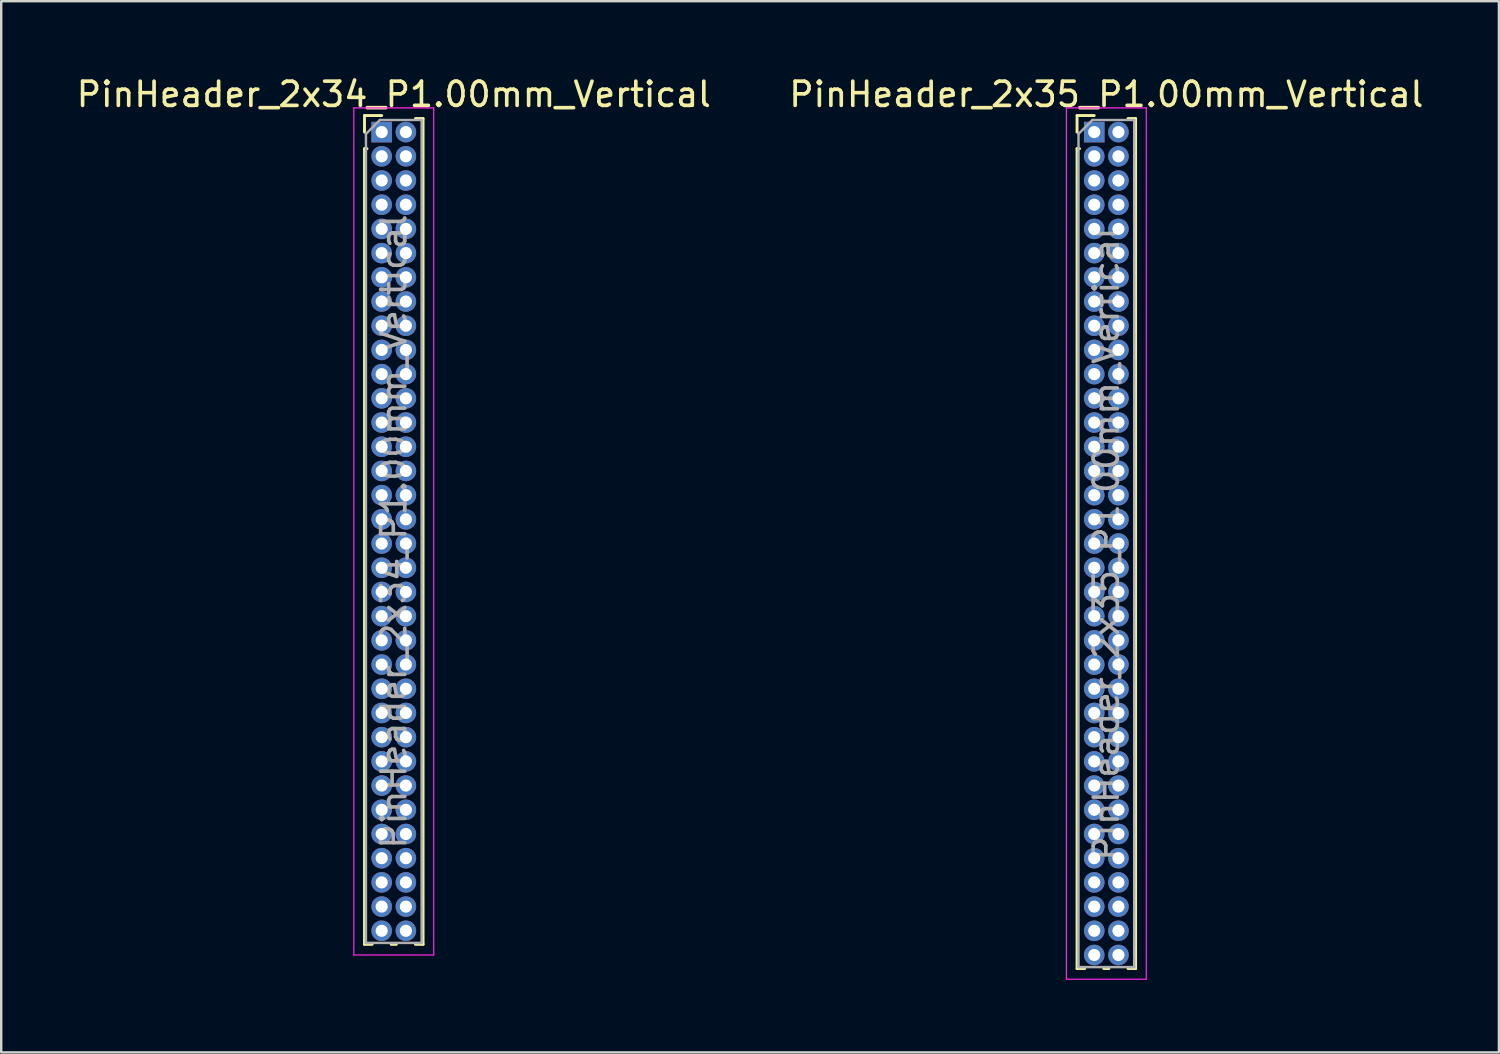
<source format=kicad_pcb>
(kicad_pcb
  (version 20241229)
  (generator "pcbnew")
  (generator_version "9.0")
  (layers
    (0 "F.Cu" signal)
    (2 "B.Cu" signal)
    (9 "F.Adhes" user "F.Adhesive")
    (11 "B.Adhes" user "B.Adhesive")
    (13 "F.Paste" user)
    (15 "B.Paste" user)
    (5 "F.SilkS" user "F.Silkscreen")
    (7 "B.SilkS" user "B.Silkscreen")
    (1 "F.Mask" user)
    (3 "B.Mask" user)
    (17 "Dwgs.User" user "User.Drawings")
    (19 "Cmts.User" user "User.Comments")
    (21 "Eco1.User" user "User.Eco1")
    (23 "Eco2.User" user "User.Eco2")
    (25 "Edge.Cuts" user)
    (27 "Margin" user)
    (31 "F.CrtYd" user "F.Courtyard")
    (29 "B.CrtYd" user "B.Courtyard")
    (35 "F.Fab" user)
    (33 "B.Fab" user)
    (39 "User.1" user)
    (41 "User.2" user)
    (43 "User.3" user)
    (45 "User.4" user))
  (footprint "PinHeader_2x34_P1.00mm_Vertical"
    (layer "F.Cu")
    (at 12.72 2.408)
    (property "Reference" "PinHeader_2x34_P1.00mm_Vertical" (at 0.5 -1.56 0) (layer "F.SilkS") (effects (font (size 1 1) (thickness 0.15))))
    (attr through_hole)
    (fp_line (start -0.71 -0.685) (end 0 -0.685) (stroke (width 0.12) (type solid)) (layer "F.SilkS"))
    (fp_line (start -0.71 0) (end -0.71 -0.685) (stroke (width 0.12) (type solid)) (layer "F.SilkS"))
    (fp_line (start -0.71 0.685) (end -0.71 33.56) (stroke (width 0.12) (type solid)) (layer "F.SilkS"))
    (fp_line (start -0.71 0.685) (end -0.608 0.685) (stroke (width 0.12) (type solid)) (layer "F.SilkS"))
    (fp_line (start -0.71 33.56) (end -0.394 33.56) (stroke (width 0.12) (type solid)) (layer "F.SilkS"))
    (fp_line (start 0.394 33.56) (end 0.606 33.56) (stroke (width 0.12) (type solid)) (layer "F.SilkS"))
    (fp_line (start 1.394 -0.56) (end 1.71 -0.56) (stroke (width 0.12) (type solid)) (layer "F.SilkS"))
    (fp_line (start 1.394 33.56) (end 1.71 33.56) (stroke (width 0.12) (type solid)) (layer "F.SilkS"))
    (fp_line (start 1.71 -0.56) (end 1.71 33.56) (stroke (width 0.12) (type solid)) (layer "F.SilkS"))
    (fp_line (start -1.15 -1) (end -1.15 34) (stroke (width 0.05) (type solid)) (layer "F.CrtYd"))
    (fp_line (start -1.15 34) (end 2.15 34) (stroke (width 0.05) (type solid)) (layer "F.CrtYd"))
    (fp_line (start 2.15 -1) (end -1.15 -1) (stroke (width 0.05) (type solid)) (layer "F.CrtYd"))
    (fp_line (start 2.15 34) (end 2.15 -1) (stroke (width 0.05) (type solid)) (layer "F.CrtYd"))
    (fp_line (start -0.65 0.075) (end -0.075 -0.5) (stroke (width 0.1) (type solid)) (layer "F.Fab"))
    (fp_line (start -0.65 33.5) (end -0.65 0.075) (stroke (width 0.1) (type solid)) (layer "F.Fab"))
    (fp_line (start -0.075 -0.5) (end 1.65 -0.5) (stroke (width 0.1) (type solid)) (layer "F.Fab"))
    (fp_line (start 1.65 -0.5) (end 1.65 33.5) (stroke (width 0.1) (type solid)) (layer "F.Fab"))
    (fp_line (start 1.65 33.5) (end -0.65 33.5) (stroke (width 0.1) (type solid)) (layer "F.Fab"))
    (fp_text user "${REFERENCE}" (at 0.5 16.5 90) (layer "F.Fab") (effects (font (size 1 1) (thickness 0.15))))
    (pad "1" thru_hole rect (at 0 0) (size 0.85 0.85) (drill 0.5) (layers "*.Cu" "*.Mask"))
    (pad "2" thru_hole oval (at 1 0) (size 0.85 0.85) (drill 0.5) (layers "*.Cu" "*.Mask"))
    (pad "3" thru_hole oval (at 0 1) (size 0.85 0.85) (drill 0.5) (layers "*.Cu" "*.Mask"))
    (pad "4" thru_hole oval (at 1 1) (size 0.85 0.85) (drill 0.5) (layers "*.Cu" "*.Mask"))
    (pad "5" thru_hole oval (at 0 2) (size 0.85 0.85) (drill 0.5) (layers "*.Cu" "*.Mask"))
    (pad "6" thru_hole oval (at 1 2) (size 0.85 0.85) (drill 0.5) (layers "*.Cu" "*.Mask"))
    (pad "7" thru_hole oval (at 0 3) (size 0.85 0.85) (drill 0.5) (layers "*.Cu" "*.Mask"))
    (pad "8" thru_hole oval (at 1 3) (size 0.85 0.85) (drill 0.5) (layers "*.Cu" "*.Mask"))
    (pad "9" thru_hole oval (at 0 4) (size 0.85 0.85) (drill 0.5) (layers "*.Cu" "*.Mask"))
    (pad "10" thru_hole oval (at 1 4) (size 0.85 0.85) (drill 0.5) (layers "*.Cu" "*.Mask"))
    (pad "11" thru_hole oval (at 0 5) (size 0.85 0.85) (drill 0.5) (layers "*.Cu" "*.Mask"))
    (pad "12" thru_hole oval (at 1 5) (size 0.85 0.85) (drill 0.5) (layers "*.Cu" "*.Mask"))
    (pad "13" thru_hole oval (at 0 6) (size 0.85 0.85) (drill 0.5) (layers "*.Cu" "*.Mask"))
    (pad "14" thru_hole oval (at 1 6) (size 0.85 0.85) (drill 0.5) (layers "*.Cu" "*.Mask"))
    (pad "15" thru_hole oval (at 0 7) (size 0.85 0.85) (drill 0.5) (layers "*.Cu" "*.Mask"))
    (pad "16" thru_hole oval (at 1 7) (size 0.85 0.85) (drill 0.5) (layers "*.Cu" "*.Mask"))
    (pad "17" thru_hole oval (at 0 8) (size 0.85 0.85) (drill 0.5) (layers "*.Cu" "*.Mask"))
    (pad "18" thru_hole oval (at 1 8) (size 0.85 0.85) (drill 0.5) (layers "*.Cu" "*.Mask"))
    (pad "19" thru_hole oval (at 0 9) (size 0.85 0.85) (drill 0.5) (layers "*.Cu" "*.Mask"))
    (pad "20" thru_hole oval (at 1 9) (size 0.85 0.85) (drill 0.5) (layers "*.Cu" "*.Mask"))
    (pad "21" thru_hole oval (at 0 10) (size 0.85 0.85) (drill 0.5) (layers "*.Cu" "*.Mask"))
    (pad "22" thru_hole oval (at 1 10) (size 0.85 0.85) (drill 0.5) (layers "*.Cu" "*.Mask"))
    (pad "23" thru_hole oval (at 0 11) (size 0.85 0.85) (drill 0.5) (layers "*.Cu" "*.Mask"))
    (pad "24" thru_hole oval (at 1 11) (size 0.85 0.85) (drill 0.5) (layers "*.Cu" "*.Mask"))
    (pad "25" thru_hole oval (at 0 12) (size 0.85 0.85) (drill 0.5) (layers "*.Cu" "*.Mask"))
    (pad "26" thru_hole oval (at 1 12) (size 0.85 0.85) (drill 0.5) (layers "*.Cu" "*.Mask"))
    (pad "27" thru_hole oval (at 0 13) (size 0.85 0.85) (drill 0.5) (layers "*.Cu" "*.Mask"))
    (pad "28" thru_hole oval (at 1 13) (size 0.85 0.85) (drill 0.5) (layers "*.Cu" "*.Mask"))
    (pad "29" thru_hole oval (at 0 14) (size 0.85 0.85) (drill 0.5) (layers "*.Cu" "*.Mask"))
    (pad "30" thru_hole oval (at 1 14) (size 0.85 0.85) (drill 0.5) (layers "*.Cu" "*.Mask"))
    (pad "31" thru_hole oval (at 0 15) (size 0.85 0.85) (drill 0.5) (layers "*.Cu" "*.Mask"))
    (pad "32" thru_hole oval (at 1 15) (size 0.85 0.85) (drill 0.5) (layers "*.Cu" "*.Mask"))
    (pad "33" thru_hole oval (at 0 16) (size 0.85 0.85) (drill 0.5) (layers "*.Cu" "*.Mask"))
    (pad "34" thru_hole oval (at 1 16) (size 0.85 0.85) (drill 0.5) (layers "*.Cu" "*.Mask"))
    (pad "35" thru_hole oval (at 0 17) (size 0.85 0.85) (drill 0.5) (layers "*.Cu" "*.Mask"))
    (pad "36" thru_hole oval (at 1 17) (size 0.85 0.85) (drill 0.5) (layers "*.Cu" "*.Mask"))
    (pad "37" thru_hole oval (at 0 18) (size 0.85 0.85) (drill 0.5) (layers "*.Cu" "*.Mask"))
    (pad "38" thru_hole oval (at 1 18) (size 0.85 0.85) (drill 0.5) (layers "*.Cu" "*.Mask"))
    (pad "39" thru_hole oval (at 0 19) (size 0.85 0.85) (drill 0.5) (layers "*.Cu" "*.Mask"))
    (pad "40" thru_hole oval (at 1 19) (size 0.85 0.85) (drill 0.5) (layers "*.Cu" "*.Mask"))
    (pad "41" thru_hole oval (at 0 20) (size 0.85 0.85) (drill 0.5) (layers "*.Cu" "*.Mask"))
    (pad "42" thru_hole oval (at 1 20) (size 0.85 0.85) (drill 0.5) (layers "*.Cu" "*.Mask"))
    (pad "43" thru_hole oval (at 0 21) (size 0.85 0.85) (drill 0.5) (layers "*.Cu" "*.Mask"))
    (pad "44" thru_hole oval (at 1 21) (size 0.85 0.85) (drill 0.5) (layers "*.Cu" "*.Mask"))
    (pad "45" thru_hole oval (at 0 22) (size 0.85 0.85) (drill 0.5) (layers "*.Cu" "*.Mask"))
    (pad "46" thru_hole oval (at 1 22) (size 0.85 0.85) (drill 0.5) (layers "*.Cu" "*.Mask"))
    (pad "47" thru_hole oval (at 0 23) (size 0.85 0.85) (drill 0.5) (layers "*.Cu" "*.Mask"))
    (pad "48" thru_hole oval (at 1 23) (size 0.85 0.85) (drill 0.5) (layers "*.Cu" "*.Mask"))
    (pad "49" thru_hole oval (at 0 24) (size 0.85 0.85) (drill 0.5) (layers "*.Cu" "*.Mask"))
    (pad "50" thru_hole oval (at 1 24) (size 0.85 0.85) (drill 0.5) (layers "*.Cu" "*.Mask"))
    (pad "51" thru_hole oval (at 0 25) (size 0.85 0.85) (drill 0.5) (layers "*.Cu" "*.Mask"))
    (pad "52" thru_hole oval (at 1 25) (size 0.85 0.85) (drill 0.5) (layers "*.Cu" "*.Mask"))
    (pad "53" thru_hole oval (at 0 26) (size 0.85 0.85) (drill 0.5) (layers "*.Cu" "*.Mask"))
    (pad "54" thru_hole oval (at 1 26) (size 0.85 0.85) (drill 0.5) (layers "*.Cu" "*.Mask"))
    (pad "55" thru_hole oval (at 0 27) (size 0.85 0.85) (drill 0.5) (layers "*.Cu" "*.Mask"))
    (pad "56" thru_hole oval (at 1 27) (size 0.85 0.85) (drill 0.5) (layers "*.Cu" "*.Mask"))
    (pad "57" thru_hole oval (at 0 28) (size 0.85 0.85) (drill 0.5) (layers "*.Cu" "*.Mask"))
    (pad "58" thru_hole oval (at 1 28) (size 0.85 0.85) (drill 0.5) (layers "*.Cu" "*.Mask"))
    (pad "59" thru_hole oval (at 0 29) (size 0.85 0.85) (drill 0.5) (layers "*.Cu" "*.Mask"))
    (pad "60" thru_hole oval (at 1 29) (size 0.85 0.85) (drill 0.5) (layers "*.Cu" "*.Mask"))
    (pad "61" thru_hole oval (at 0 30) (size 0.85 0.85) (drill 0.5) (layers "*.Cu" "*.Mask"))
    (pad "62" thru_hole oval (at 1 30) (size 0.85 0.85) (drill 0.5) (layers "*.Cu" "*.Mask"))
    (pad "63" thru_hole oval (at 0 31) (size 0.85 0.85) (drill 0.5) (layers "*.Cu" "*.Mask"))
    (pad "64" thru_hole oval (at 1 31) (size 0.85 0.85) (drill 0.5) (layers "*.Cu" "*.Mask"))
    (pad "65" thru_hole oval (at 0 32) (size 0.85 0.85) (drill 0.5) (layers "*.Cu" "*.Mask"))
    (pad "66" thru_hole oval (at 1 32) (size 0.85 0.85) (drill 0.5) (layers "*.Cu" "*.Mask"))
    (pad "67" thru_hole oval (at 0 33) (size 0.85 0.85) (drill 0.5) (layers "*.Cu" "*.Mask"))
    (pad "68" thru_hole oval (at 1 33) (size 0.85 0.85) (drill 0.5) (layers "*.Cu" "*.Mask")))
  (footprint "PinHeader_2x35_P1.00mm_Vertical"
    (layer "F.Cu")
    (at 42.161 2.408)
    (property "Reference" "PinHeader_2x35_P1.00mm_Vertical" (at 0.5 -1.56 0) (layer "F.SilkS") (effects (font (size 1 1) (thickness 0.15))))
    (attr through_hole)
    (fp_line (start -0.71 -0.685) (end 0 -0.685) (stroke (width 0.12) (type solid)) (layer "F.SilkS"))
    (fp_line (start -0.71 0) (end -0.71 -0.685) (stroke (width 0.12) (type solid)) (layer "F.SilkS"))
    (fp_line (start -0.71 0.685) (end -0.71 34.56) (stroke (width 0.12) (type solid)) (layer "F.SilkS"))
    (fp_line (start -0.71 0.685) (end -0.608 0.685) (stroke (width 0.12) (type solid)) (layer "F.SilkS"))
    (fp_line (start -0.71 34.56) (end -0.394 34.56) (stroke (width 0.12) (type solid)) (layer "F.SilkS"))
    (fp_line (start 0.394 34.56) (end 0.606 34.56) (stroke (width 0.12) (type solid)) (layer "F.SilkS"))
    (fp_line (start 1.394 -0.56) (end 1.71 -0.56) (stroke (width 0.12) (type solid)) (layer "F.SilkS"))
    (fp_line (start 1.394 34.56) (end 1.71 34.56) (stroke (width 0.12) (type solid)) (layer "F.SilkS"))
    (fp_line (start 1.71 -0.56) (end 1.71 34.56) (stroke (width 0.12) (type solid)) (layer "F.SilkS"))
    (fp_line (start -1.15 -1) (end -1.15 35) (stroke (width 0.05) (type solid)) (layer "F.CrtYd"))
    (fp_line (start -1.15 35) (end 2.15 35) (stroke (width 0.05) (type solid)) (layer "F.CrtYd"))
    (fp_line (start 2.15 -1) (end -1.15 -1) (stroke (width 0.05) (type solid)) (layer "F.CrtYd"))
    (fp_line (start 2.15 35) (end 2.15 -1) (stroke (width 0.05) (type solid)) (layer "F.CrtYd"))
    (fp_line (start -0.65 0.075) (end -0.075 -0.5) (stroke (width 0.1) (type solid)) (layer "F.Fab"))
    (fp_line (start -0.65 34.5) (end -0.65 0.075) (stroke (width 0.1) (type solid)) (layer "F.Fab"))
    (fp_line (start -0.075 -0.5) (end 1.65 -0.5) (stroke (width 0.1) (type solid)) (layer "F.Fab"))
    (fp_line (start 1.65 -0.5) (end 1.65 34.5) (stroke (width 0.1) (type solid)) (layer "F.Fab"))
    (fp_line (start 1.65 34.5) (end -0.65 34.5) (stroke (width 0.1) (type solid)) (layer "F.Fab"))
    (fp_text user "${REFERENCE}" (at 0.5 17 90) (layer "F.Fab") (effects (font (size 1 1) (thickness 0.15))))
    (pad "1" thru_hole rect (at 0 0) (size 0.85 0.85) (drill 0.5) (layers "*.Cu" "*.Mask"))
    (pad "2" thru_hole oval (at 1 0) (size 0.85 0.85) (drill 0.5) (layers "*.Cu" "*.Mask"))
    (pad "3" thru_hole oval (at 0 1) (size 0.85 0.85) (drill 0.5) (layers "*.Cu" "*.Mask"))
    (pad "4" thru_hole oval (at 1 1) (size 0.85 0.85) (drill 0.5) (layers "*.Cu" "*.Mask"))
    (pad "5" thru_hole oval (at 0 2) (size 0.85 0.85) (drill 0.5) (layers "*.Cu" "*.Mask"))
    (pad "6" thru_hole oval (at 1 2) (size 0.85 0.85) (drill 0.5) (layers "*.Cu" "*.Mask"))
    (pad "7" thru_hole oval (at 0 3) (size 0.85 0.85) (drill 0.5) (layers "*.Cu" "*.Mask"))
    (pad "8" thru_hole oval (at 1 3) (size 0.85 0.85) (drill 0.5) (layers "*.Cu" "*.Mask"))
    (pad "9" thru_hole oval (at 0 4) (size 0.85 0.85) (drill 0.5) (layers "*.Cu" "*.Mask"))
    (pad "10" thru_hole oval (at 1 4) (size 0.85 0.85) (drill 0.5) (layers "*.Cu" "*.Mask"))
    (pad "11" thru_hole oval (at 0 5) (size 0.85 0.85) (drill 0.5) (layers "*.Cu" "*.Mask"))
    (pad "12" thru_hole oval (at 1 5) (size 0.85 0.85) (drill 0.5) (layers "*.Cu" "*.Mask"))
    (pad "13" thru_hole oval (at 0 6) (size 0.85 0.85) (drill 0.5) (layers "*.Cu" "*.Mask"))
    (pad "14" thru_hole oval (at 1 6) (size 0.85 0.85) (drill 0.5) (layers "*.Cu" "*.Mask"))
    (pad "15" thru_hole oval (at 0 7) (size 0.85 0.85) (drill 0.5) (layers "*.Cu" "*.Mask"))
    (pad "16" thru_hole oval (at 1 7) (size 0.85 0.85) (drill 0.5) (layers "*.Cu" "*.Mask"))
    (pad "17" thru_hole oval (at 0 8) (size 0.85 0.85) (drill 0.5) (layers "*.Cu" "*.Mask"))
    (pad "18" thru_hole oval (at 1 8) (size 0.85 0.85) (drill 0.5) (layers "*.Cu" "*.Mask"))
    (pad "19" thru_hole oval (at 0 9) (size 0.85 0.85) (drill 0.5) (layers "*.Cu" "*.Mask"))
    (pad "20" thru_hole oval (at 1 9) (size 0.85 0.85) (drill 0.5) (layers "*.Cu" "*.Mask"))
    (pad "21" thru_hole oval (at 0 10) (size 0.85 0.85) (drill 0.5) (layers "*.Cu" "*.Mask"))
    (pad "22" thru_hole oval (at 1 10) (size 0.85 0.85) (drill 0.5) (layers "*.Cu" "*.Mask"))
    (pad "23" thru_hole oval (at 0 11) (size 0.85 0.85) (drill 0.5) (layers "*.Cu" "*.Mask"))
    (pad "24" thru_hole oval (at 1 11) (size 0.85 0.85) (drill 0.5) (layers "*.Cu" "*.Mask"))
    (pad "25" thru_hole oval (at 0 12) (size 0.85 0.85) (drill 0.5) (layers "*.Cu" "*.Mask"))
    (pad "26" thru_hole oval (at 1 12) (size 0.85 0.85) (drill 0.5) (layers "*.Cu" "*.Mask"))
    (pad "27" thru_hole oval (at 0 13) (size 0.85 0.85) (drill 0.5) (layers "*.Cu" "*.Mask"))
    (pad "28" thru_hole oval (at 1 13) (size 0.85 0.85) (drill 0.5) (layers "*.Cu" "*.Mask"))
    (pad "29" thru_hole oval (at 0 14) (size 0.85 0.85) (drill 0.5) (layers "*.Cu" "*.Mask"))
    (pad "30" thru_hole oval (at 1 14) (size 0.85 0.85) (drill 0.5) (layers "*.Cu" "*.Mask"))
    (pad "31" thru_hole oval (at 0 15) (size 0.85 0.85) (drill 0.5) (layers "*.Cu" "*.Mask"))
    (pad "32" thru_hole oval (at 1 15) (size 0.85 0.85) (drill 0.5) (layers "*.Cu" "*.Mask"))
    (pad "33" thru_hole oval (at 0 16) (size 0.85 0.85) (drill 0.5) (layers "*.Cu" "*.Mask"))
    (pad "34" thru_hole oval (at 1 16) (size 0.85 0.85) (drill 0.5) (layers "*.Cu" "*.Mask"))
    (pad "35" thru_hole oval (at 0 17) (size 0.85 0.85) (drill 0.5) (layers "*.Cu" "*.Mask"))
    (pad "36" thru_hole oval (at 1 17) (size 0.85 0.85) (drill 0.5) (layers "*.Cu" "*.Mask"))
    (pad "37" thru_hole oval (at 0 18) (size 0.85 0.85) (drill 0.5) (layers "*.Cu" "*.Mask"))
    (pad "38" thru_hole oval (at 1 18) (size 0.85 0.85) (drill 0.5) (layers "*.Cu" "*.Mask"))
    (pad "39" thru_hole oval (at 0 19) (size 0.85 0.85) (drill 0.5) (layers "*.Cu" "*.Mask"))
    (pad "40" thru_hole oval (at 1 19) (size 0.85 0.85) (drill 0.5) (layers "*.Cu" "*.Mask"))
    (pad "41" thru_hole oval (at 0 20) (size 0.85 0.85) (drill 0.5) (layers "*.Cu" "*.Mask"))
    (pad "42" thru_hole oval (at 1 20) (size 0.85 0.85) (drill 0.5) (layers "*.Cu" "*.Mask"))
    (pad "43" thru_hole oval (at 0 21) (size 0.85 0.85) (drill 0.5) (layers "*.Cu" "*.Mask"))
    (pad "44" thru_hole oval (at 1 21) (size 0.85 0.85) (drill 0.5) (layers "*.Cu" "*.Mask"))
    (pad "45" thru_hole oval (at 0 22) (size 0.85 0.85) (drill 0.5) (layers "*.Cu" "*.Mask"))
    (pad "46" thru_hole oval (at 1 22) (size 0.85 0.85) (drill 0.5) (layers "*.Cu" "*.Mask"))
    (pad "47" thru_hole oval (at 0 23) (size 0.85 0.85) (drill 0.5) (layers "*.Cu" "*.Mask"))
    (pad "48" thru_hole oval (at 1 23) (size 0.85 0.85) (drill 0.5) (layers "*.Cu" "*.Mask"))
    (pad "49" thru_hole oval (at 0 24) (size 0.85 0.85) (drill 0.5) (layers "*.Cu" "*.Mask"))
    (pad "50" thru_hole oval (at 1 24) (size 0.85 0.85) (drill 0.5) (layers "*.Cu" "*.Mask"))
    (pad "51" thru_hole oval (at 0 25) (size 0.85 0.85) (drill 0.5) (layers "*.Cu" "*.Mask"))
    (pad "52" thru_hole oval (at 1 25) (size 0.85 0.85) (drill 0.5) (layers "*.Cu" "*.Mask"))
    (pad "53" thru_hole oval (at 0 26) (size 0.85 0.85) (drill 0.5) (layers "*.Cu" "*.Mask"))
    (pad "54" thru_hole oval (at 1 26) (size 0.85 0.85) (drill 0.5) (layers "*.Cu" "*.Mask"))
    (pad "55" thru_hole oval (at 0 27) (size 0.85 0.85) (drill 0.5) (layers "*.Cu" "*.Mask"))
    (pad "56" thru_hole oval (at 1 27) (size 0.85 0.85) (drill 0.5) (layers "*.Cu" "*.Mask"))
    (pad "57" thru_hole oval (at 0 28) (size 0.85 0.85) (drill 0.5) (layers "*.Cu" "*.Mask"))
    (pad "58" thru_hole oval (at 1 28) (size 0.85 0.85) (drill 0.5) (layers "*.Cu" "*.Mask"))
    (pad "59" thru_hole oval (at 0 29) (size 0.85 0.85) (drill 0.5) (layers "*.Cu" "*.Mask"))
    (pad "60" thru_hole oval (at 1 29) (size 0.85 0.85) (drill 0.5) (layers "*.Cu" "*.Mask"))
    (pad "61" thru_hole oval (at 0 30) (size 0.85 0.85) (drill 0.5) (layers "*.Cu" "*.Mask"))
    (pad "62" thru_hole oval (at 1 30) (size 0.85 0.85) (drill 0.5) (layers "*.Cu" "*.Mask"))
    (pad "63" thru_hole oval (at 0 31) (size 0.85 0.85) (drill 0.5) (layers "*.Cu" "*.Mask"))
    (pad "64" thru_hole oval (at 1 31) (size 0.85 0.85) (drill 0.5) (layers "*.Cu" "*.Mask"))
    (pad "65" thru_hole oval (at 0 32) (size 0.85 0.85) (drill 0.5) (layers "*.Cu" "*.Mask"))
    (pad "66" thru_hole oval (at 1 32) (size 0.85 0.85) (drill 0.5) (layers "*.Cu" "*.Mask"))
    (pad "67" thru_hole oval (at 0 33) (size 0.85 0.85) (drill 0.5) (layers "*.Cu" "*.Mask"))
    (pad "68" thru_hole oval (at 1 33) (size 0.85 0.85) (drill 0.5) (layers "*.Cu" "*.Mask"))
    (pad "69" thru_hole oval (at 0 34) (size 0.85 0.85) (drill 0.5) (layers "*.Cu" "*.Mask"))
    (pad "70" thru_hole oval (at 1 34) (size 0.85 0.85) (drill 0.5) (layers "*.Cu" "*.Mask")))
  (gr_rect
    (start -3 -3)
    (end 58.881 40.433)
    (stroke (width 0.1) (type default))
    (fill no)
    (layer "Edge.Cuts")))
</source>
